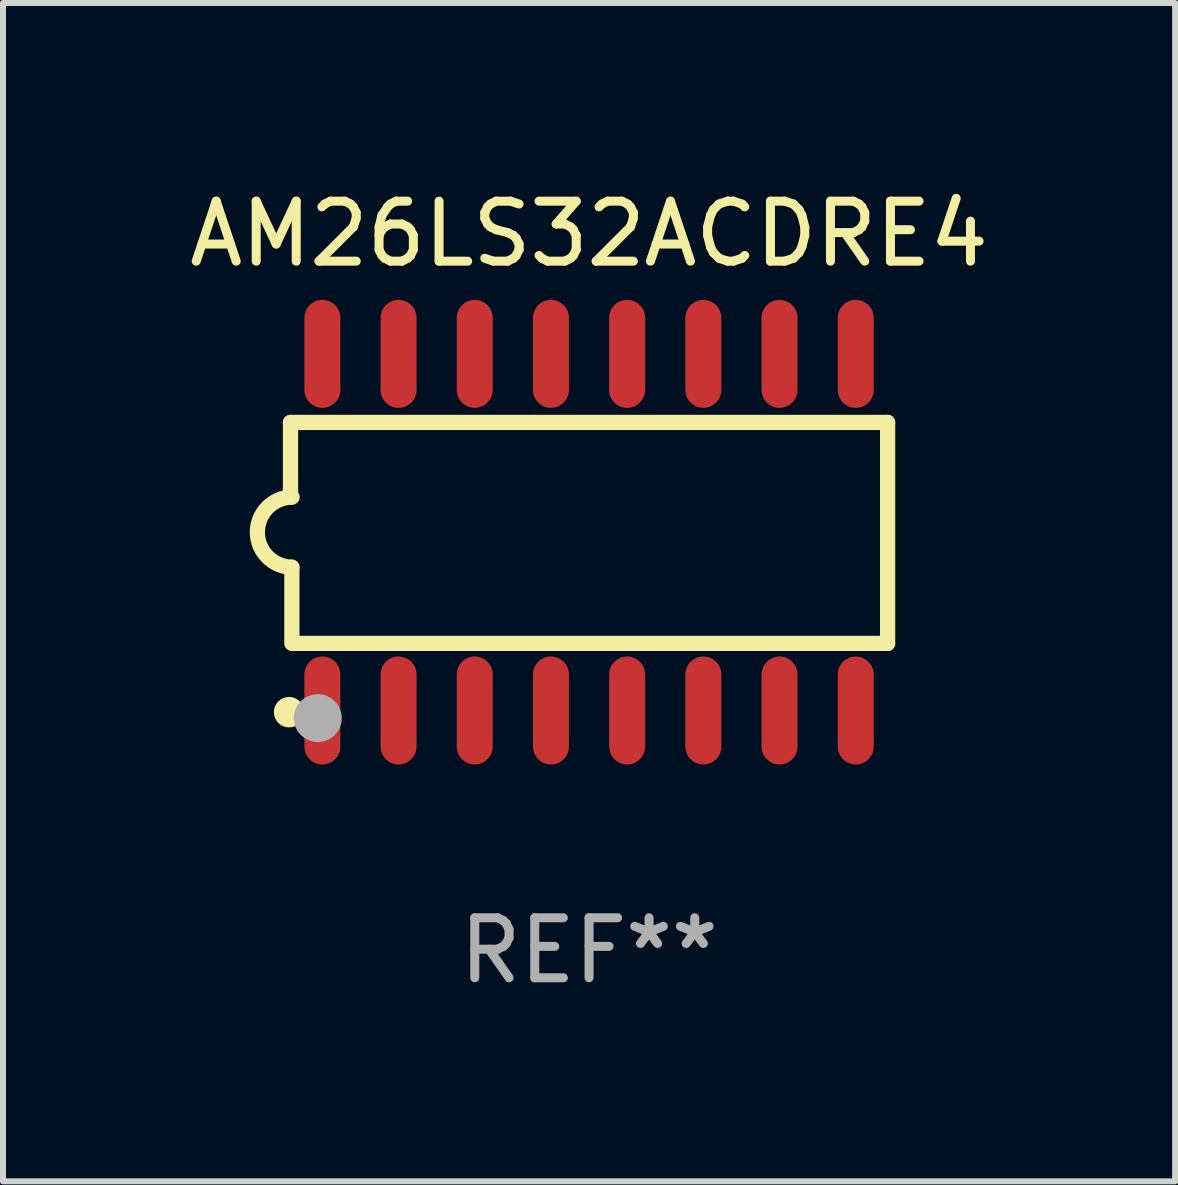
<source format=kicad_pcb>
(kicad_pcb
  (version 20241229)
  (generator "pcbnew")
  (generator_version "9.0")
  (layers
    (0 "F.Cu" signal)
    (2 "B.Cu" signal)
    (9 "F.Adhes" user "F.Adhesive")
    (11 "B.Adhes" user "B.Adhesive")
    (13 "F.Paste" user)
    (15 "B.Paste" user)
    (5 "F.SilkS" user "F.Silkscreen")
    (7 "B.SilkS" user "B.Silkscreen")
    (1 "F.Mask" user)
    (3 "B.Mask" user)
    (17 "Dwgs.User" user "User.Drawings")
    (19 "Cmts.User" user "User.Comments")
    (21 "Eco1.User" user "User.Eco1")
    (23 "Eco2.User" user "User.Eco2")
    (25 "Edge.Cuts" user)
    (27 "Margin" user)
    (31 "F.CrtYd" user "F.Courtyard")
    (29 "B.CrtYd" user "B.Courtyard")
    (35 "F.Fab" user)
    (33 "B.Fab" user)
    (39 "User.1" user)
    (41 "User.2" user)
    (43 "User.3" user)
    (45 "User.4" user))
  (footprint "AM26LS32ACDRE4"
    (layer "F.Cu")
    (at 6.768 5.82)
    (property "Reference" "AM26LS32ACDRE4" (at 0 -4.972 0) (layer "F.SilkS") (effects (font (size 1 1) (thickness 0.15))))
    (attr through_hole)
    (fp_line (start -4.976 -1.829) (end -4.976 -0.584) (stroke (width 0.254) (type solid)) (layer "F.SilkS"))
    (fp_line (start -4.953 0.584) (end -4.953 1.854) (stroke (width 0.254) (type solid)) (layer "F.SilkS"))
    (fp_line (start -4.928 1.854) (end 4.976 1.854) (stroke (width 0.254) (type solid)) (layer "F.SilkS"))
    (fp_line (start 4.976 -1.829) (end -4.976 -1.829) (stroke (width 0.254) (type solid)) (layer "F.SilkS"))
    (fp_line (start 4.976 1.854) (end 4.976 -1.829) (stroke (width 0.254) (type solid)) (layer "F.SilkS"))
    (fp_arc (start -4.95301 0.584201) (mid -5.533866 -0.00152) (end -4.950088 -0.584329) (stroke (width 0.254001) (type solid)) (layer "F.SilkS"))
    (fp_circle (center -5 3) (end -4.873 3) (stroke (width 0.254) (type solid)) (fill no) (layer "F.SilkS"))
    (fp_circle (center -4.521 3.099) (end -4.321 3.099) (stroke (width 0.4) (type solid)) (fill no) (layer "F.Fab"))
    (fp_text user "REF**" (at 0 6.972 0) (layer "F.Fab") (effects (font (size 1 1) (thickness 0.15))))
    (pad "1" smd oval (at -4.445 2.972 180) (size 0.6 1.8) (layers "F.Cu" "F.Mask" "F.Paste"))
    (pad "2" smd oval (at -3.175 2.972 180) (size 0.6 1.8) (layers "F.Cu" "F.Mask" "F.Paste"))
    (pad "3" smd oval (at -1.905 2.972 180) (size 0.6 1.8) (layers "F.Cu" "F.Mask" "F.Paste"))
    (pad "4" smd oval (at -0.635 2.972 180) (size 0.6 1.8) (layers "F.Cu" "F.Mask" "F.Paste"))
    (pad "5" smd oval (at 0.635 2.972 180) (size 0.6 1.8) (layers "F.Cu" "F.Mask" "F.Paste"))
    (pad "6" smd oval (at 1.905 2.972 180) (size 0.6 1.8) (layers "F.Cu" "F.Mask" "F.Paste"))
    (pad "7" smd oval (at 3.175 2.972 180) (size 0.6 1.8) (layers "F.Cu" "F.Mask" "F.Paste"))
    (pad "8" smd oval (at 4.445 2.972 180) (size 0.6 1.8) (layers "F.Cu" "F.Mask" "F.Paste"))
    (pad "9" smd oval (at 4.445 -2.972 180) (size 0.6 1.8) (layers "F.Cu" "F.Mask" "F.Paste"))
    (pad "10" smd oval (at 3.175 -2.972 180) (size 0.6 1.8) (layers "F.Cu" "F.Mask" "F.Paste"))
    (pad "11" smd oval (at 1.905 -2.972 180) (size 0.6 1.8) (layers "F.Cu" "F.Mask" "F.Paste"))
    (pad "12" smd oval (at 0.635 -2.972 180) (size 0.6 1.8) (layers "F.Cu" "F.Mask" "F.Paste"))
    (pad "13" smd oval (at -0.635 -2.972 180) (size 0.6 1.8) (layers "F.Cu" "F.Mask" "F.Paste"))
    (pad "14" smd oval (at -1.905 -2.972 180) (size 0.6 1.8) (layers "F.Cu" "F.Mask" "F.Paste"))
    (pad "15" smd oval (at -3.175 -2.972 180) (size 0.6 1.8) (layers "F.Cu" "F.Mask" "F.Paste"))
    (pad "16" smd oval (at -4.445 -2.972 180) (size 0.6 1.8) (layers "F.Cu" "F.Mask" "F.Paste")))
  (gr_rect
    (start -3 -3)
    (end 16.536 16.64)
    (stroke (width 0.1) (type default))
    (fill no)
    (layer "Edge.Cuts")))
</source>
